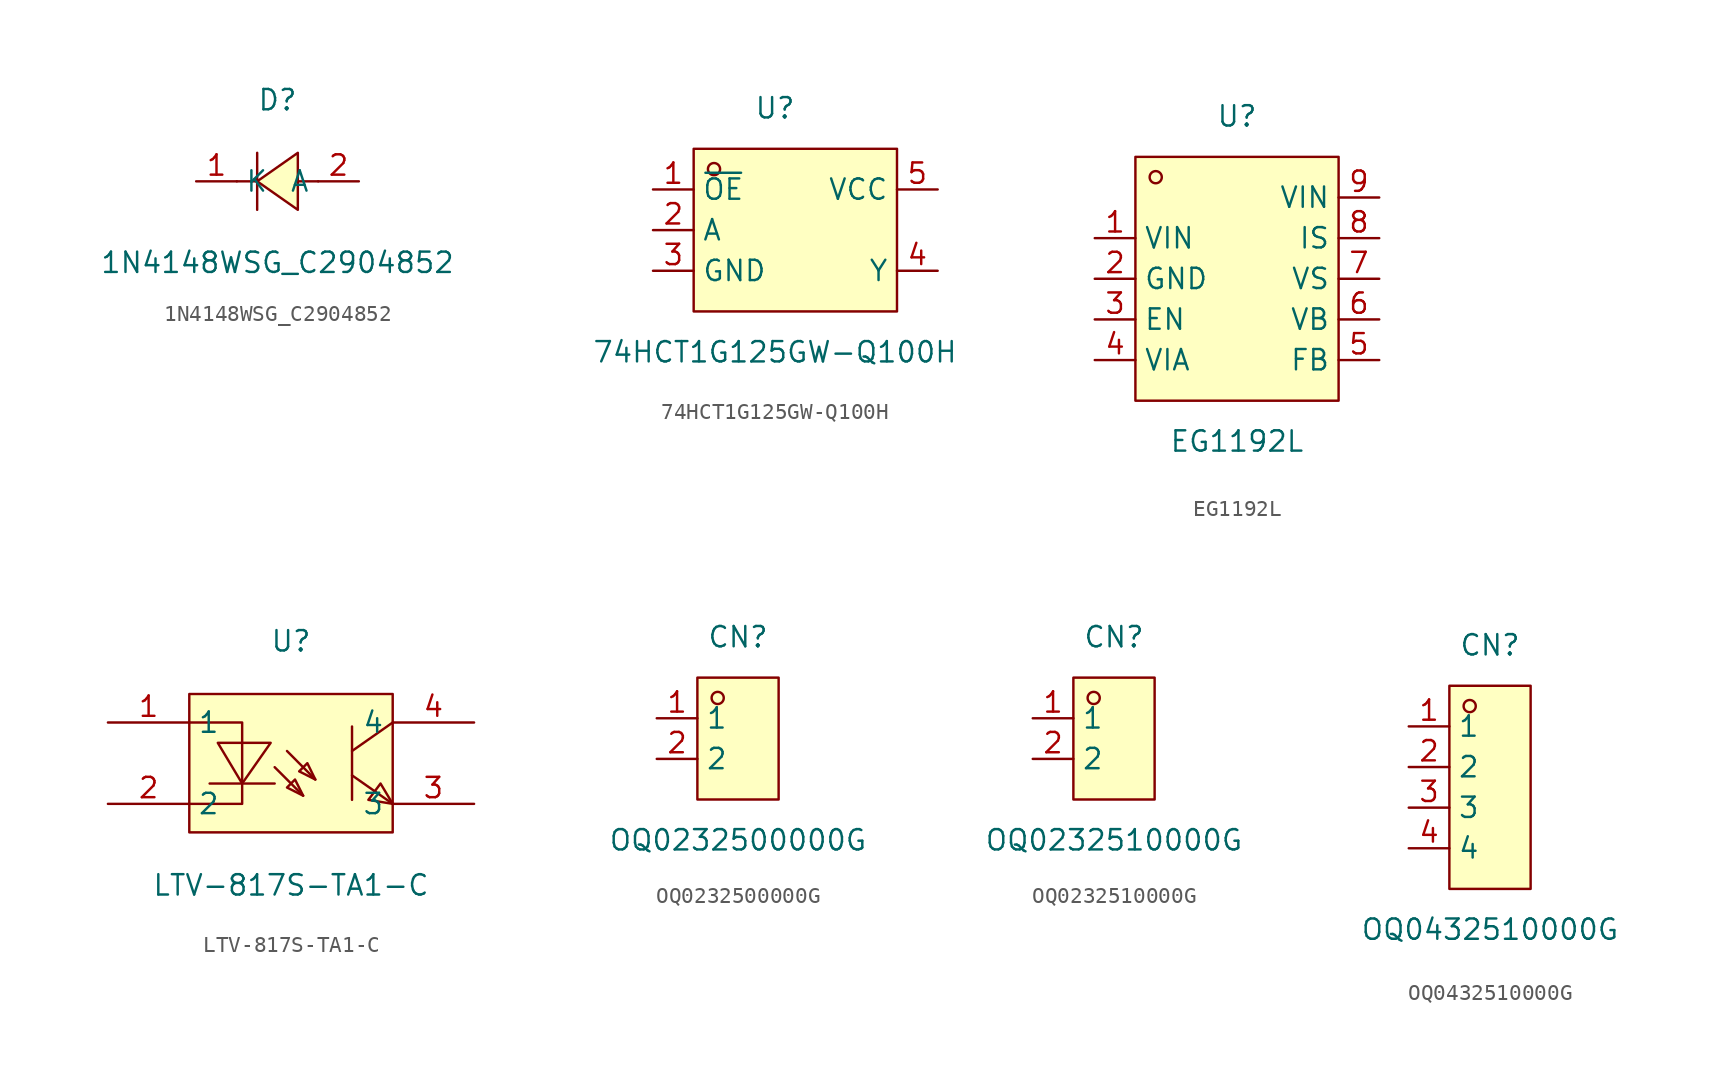
<source format=kicad_sym>
(kicad_symbol_lib
  (version 20211014)
  (generator https://github.com/uPesy/easyeda2kicad.py)
  (symbol "1N4148WSG_C2904852"
    (property "Reference" "D"
      (at 0 5.08 0)
      (effects (font (size 1.27 1.27))))
    (property "Value" "1N4148WSG_C2904852"
      (at 0 -5.08 0)
      (effects (font (size 1.27 1.27))))
    (symbol "1N4148WSG_C2904852_0_1"
      (polyline (pts (xy 1.27 1.78) (xy -1.27 -0.00) (xy 1.27 -1.78) (xy 1.27 1.78)) (stroke (width 0) (type default) (color 0 0 0 0)) (fill (type background)))
      (polyline (pts (xy -1.27 -0.00) (xy -2.54 -0.00)) (stroke (width 0) (type default) (color 0 0 0 0)) (fill (type none)))
      (polyline (pts (xy 2.54 -0.00) (xy 1.27 -0.00)) (stroke (width 0) (type default) (color 0 0 0 0)) (fill (type none)))
      (polyline (pts (xy -1.27 1.78) (xy -1.27 -1.78)) (stroke (width 0) (type default) (color 0 0 0 0)) (fill (type none)))
      (pin unspecified line (at 5.08 -0.00 180) (length 2.54) (name "A" (effects (font (size 1.27 1.27)))) (number "2" (effects (font (size 1.27 1.27)))))
      (pin unspecified line (at -5.08 -0.00 0) (length 2.54) (name "K" (effects (font (size 1.27 1.27)))) (number "1" (effects (font (size 1.27 1.27)))))))
  (symbol "74HCT1G125GW-Q100H"
    (property "Reference" "U"
      (at 0 7.62 0)
      (effects (font (size 1.27 1.27))))
    (property "Value" "74HCT1G125GW-Q100H"
      (at 0 -7.62 0)
      (effects (font (size 1.27 1.27))))
    (symbol "74HCT1G125GW-Q100H_0_1"
      (rectangle (start -5.08 5.08) (end 7.62 -5.08) (stroke (width 0) (type default) (color 0 0 0 0)) (fill (type background)))
      (circle (center -3.81 3.81) (radius 0.38) (stroke (width 0) (type default) (color 0 0 0 0)) (fill (type none)))
      (pin unspecified line (at 10.16 2.54 180) (length 2.54) (name "VCC" (effects (font (size 1.27 1.27)))) (number "5" (effects (font (size 1.27 1.27)))))
      (pin unspecified line (at 10.16 -2.54 180) (length 2.54) (name "Y" (effects (font (size 1.27 1.27)))) (number "4" (effects (font (size 1.27 1.27)))))
      (pin unspecified line (at -7.62 -2.54 0) (length 2.54) (name "GND" (effects (font (size 1.27 1.27)))) (number "3" (effects (font (size 1.27 1.27)))))
      (pin unspecified line (at -7.62 -0.00 0) (length 2.54) (name "A" (effects (font (size 1.27 1.27)))) (number "2" (effects (font (size 1.27 1.27)))))
      (pin unspecified line (at -7.62 2.54 0) (length 2.54) (name "~{OE}" (effects (font (size 1.27 1.27)))) (number "1" (effects (font (size 1.27 1.27)))))))
  (symbol "EG1192L"
    (property "Reference" "U"
      (at 0 10.16 0)
      (effects (font (size 1.27 1.27))))
    (property "Value" "EG1192L"
      (at 0 -10.16 0)
      (effects (font (size 1.27 1.27))))
    (symbol "EG1192L_0_1"
      (rectangle (start -6.35 7.62) (end 6.35 -7.62) (stroke (width 0) (type default) (color 0 0 0 0)) (fill (type background)))
      (circle (center -5.08 6.35) (radius 0.38) (stroke (width 0) (type default) (color 0 0 0 0)) (fill (type none)))
      (pin unspecified line (at -8.89 2.54 0) (length 2.54) (name "VIN" (effects (font (size 1.27 1.27)))) (number "1" (effects (font (size 1.27 1.27)))))
      (pin unspecified line (at -8.89 -0.00 0) (length 2.54) (name "GND" (effects (font (size 1.27 1.27)))) (number "2" (effects (font (size 1.27 1.27)))))
      (pin unspecified line (at -8.89 -2.54 0) (length 2.54) (name "EN" (effects (font (size 1.27 1.27)))) (number "3" (effects (font (size 1.27 1.27)))))
      (pin unspecified line (at -8.89 -5.08 0) (length 2.54) (name "VIA" (effects (font (size 1.27 1.27)))) (number "4" (effects (font (size 1.27 1.27)))))
      (pin unspecified line (at 8.89 -5.08 180) (length 2.54) (name "FB" (effects (font (size 1.27 1.27)))) (number "5" (effects (font (size 1.27 1.27)))))
      (pin unspecified line (at 8.89 -2.54 180) (length 2.54) (name "VB" (effects (font (size 1.27 1.27)))) (number "6" (effects (font (size 1.27 1.27)))))
      (pin unspecified line (at 8.89 -0.00 180) (length 2.54) (name "VS" (effects (font (size 1.27 1.27)))) (number "7" (effects (font (size 1.27 1.27)))))
      (pin unspecified line (at 8.89 2.54 180) (length 2.54) (name "IS" (effects (font (size 1.27 1.27)))) (number "8" (effects (font (size 1.27 1.27)))))
      (pin unspecified line (at 8.89 5.08 180) (length 2.54) (name "VIN" (effects (font (size 1.27 1.27)))) (number "9" (effects (font (size 1.27 1.27)))))))
  (symbol "LTV-817S-TA1-C"
    (property "Reference" "U"
      (at 0 7.62 0)
      (effects (font (size 1.27 1.27))))
    (property "Value" "LTV-817S-TA1-C"
      (at 0 -7.62 0)
      (effects (font (size 1.27 1.27))))
    (symbol "LTV-817S-TA1-C_0_1"
      (rectangle (start -6.35 4.32) (end 6.35 -4.32) (stroke (width 0) (type default) (color 0 0 0 0)) (fill (type background)))
      (polyline (pts (xy 0.76 -2.03) (xy 0.25 -1.02) (xy -0.25 -1.52) (xy 0.76 -2.03)) (stroke (width 0) (type default) (color 0 0 0 0)) (fill (type background)))
      (polyline (pts (xy 1.52 -1.02) (xy 1.02 -0.00) (xy 0.51 -0.51) (xy 1.52 -1.02)) (stroke (width 0) (type default) (color 0 0 0 0)) (fill (type background)))
      (polyline (pts (xy -4.57 1.27) (xy -3.05 -1.27) (xy -1.27 1.27) (xy -4.57 1.27)) (stroke (width 0) (type default) (color 0 0 0 0)) (fill (type background)))
      (polyline (pts (xy 6.35 2.54) (xy 3.81 0.76)) (stroke (width 0) (type default) (color 0 0 0 0)) (fill (type none)))
      (polyline (pts (xy 3.81 -0.76) (xy 6.35 -2.54)) (stroke (width 0) (type default) (color 0 0 0 0)) (fill (type none)))
      (polyline (pts (xy 3.81 2.29) (xy 3.81 -2.29)) (stroke (width 0) (type default) (color 0 0 0 0)) (fill (type none)))
      (polyline (pts (xy -1.02 -0.25) (xy 0.76 -2.03)) (stroke (width 0) (type default) (color 0 0 0 0)) (fill (type none)))
      (polyline (pts (xy -0.25 0.76) (xy 1.52 -1.02)) (stroke (width 0) (type default) (color 0 0 0 0)) (fill (type none)))
      (polyline (pts (xy -1.02 -1.27) (xy -5.08 -1.27)) (stroke (width 0) (type default) (color 0 0 0 0)) (fill (type none)))
      (polyline (pts (xy -6.35 2.54) (xy -3.05 2.54) (xy -3.05 -2.54) (xy -6.35 -2.54)) (stroke (width 0) (type default) (color 0 0 0 0)) (fill (type none)))
      (polyline (pts (xy 6.35 -2.54) (xy 5.59 -1.27) (xy 4.83 -2.29) (xy 6.35 -2.54)) (stroke (width 0) (type default) (color 0 0 0 0)) (fill (type background)))
      (pin unspecified line (at -11.43 2.54 0) (length 5.08) (name "1" (effects (font (size 1.27 1.27)))) (number "1" (effects (font (size 1.27 1.27)))))
      (pin unspecified line (at -11.43 -2.54 0) (length 5.08) (name "2" (effects (font (size 1.27 1.27)))) (number "2" (effects (font (size 1.27 1.27)))))
      (pin unspecified line (at 11.43 -2.54 180) (length 5.08) (name "3" (effects (font (size 1.27 1.27)))) (number "3" (effects (font (size 1.27 1.27)))))
      (pin unspecified line (at 11.43 2.54 180) (length 5.08) (name "4" (effects (font (size 1.27 1.27)))) (number "4" (effects (font (size 1.27 1.27)))))))
  (symbol "OQ0232500000G"
    (property "Reference" "CN"
      (at 0 6.35 0)
      (effects (font (size 1.27 1.27))))
    (property "Value" "OQ0232500000G"
      (at 0 -6.35 0)
      (effects (font (size 1.27 1.27))))
    (symbol "OQ0232500000G_0_1"
      (rectangle (start -2.54 3.81) (end 2.54 -3.81) (stroke (width 0) (type default) (color 0 0 0 0)) (fill (type background)))
      (circle (center -1.27 2.54) (radius 0.38) (stroke (width 0) (type default) (color 0 0 0 0)) (fill (type none)))
      (pin unspecified line (at -5.08 1.27 0) (length 2.54) (name "1" (effects (font (size 1.27 1.27)))) (number "1" (effects (font (size 1.27 1.27)))))
      (pin unspecified line (at -5.08 -1.27 0) (length 2.54) (name "2" (effects (font (size 1.27 1.27)))) (number "2" (effects (font (size 1.27 1.27)))))))
  (symbol "OQ0232510000G"
    (property "Reference" "CN"
      (at 0 6.35 0)
      (effects (font (size 1.27 1.27))))
    (property "Value" "OQ0232510000G"
      (at 0 -6.35 0)
      (effects (font (size 1.27 1.27))))
    (symbol "OQ0232510000G_0_1"
      (rectangle (start -2.54 3.81) (end 2.54 -3.81) (stroke (width 0) (type default) (color 0 0 0 0)) (fill (type background)))
      (circle (center -1.27 2.54) (radius 0.38) (stroke (width 0) (type default) (color 0 0 0 0)) (fill (type none)))
      (pin unspecified line (at -5.08 1.27 0) (length 2.54) (name "1" (effects (font (size 1.27 1.27)))) (number "1" (effects (font (size 1.27 1.27)))))
      (pin unspecified line (at -5.08 -1.27 0) (length 2.54) (name "2" (effects (font (size 1.27 1.27)))) (number "2" (effects (font (size 1.27 1.27)))))))
  (symbol "OQ0432510000G"
    (property "Reference" "CN"
      (at 0 8.89 0)
      (effects (font (size 1.27 1.27))))
    (property "Value" "OQ0432510000G"
      (at 0 -8.89 0)
      (effects (font (size 1.27 1.27))))
    (symbol "OQ0432510000G_0_1"
      (rectangle (start -2.54 6.35) (end 2.54 -6.35) (stroke (width 0) (type default) (color 0 0 0 0)) (fill (type background)))
      (circle (center -1.27 5.08) (radius 0.38) (stroke (width 0) (type default) (color 0 0 0 0)) (fill (type none)))
      (pin unspecified line (at -5.08 3.81 0) (length 2.54) (name "1" (effects (font (size 1.27 1.27)))) (number "1" (effects (font (size 1.27 1.27)))))
      (pin unspecified line (at -5.08 1.27 0) (length 2.54) (name "2" (effects (font (size 1.27 1.27)))) (number "2" (effects (font (size 1.27 1.27)))))
      (pin unspecified line (at -5.08 -1.27 0) (length 2.54) (name "3" (effects (font (size 1.27 1.27)))) (number "3" (effects (font (size 1.27 1.27)))))
      (pin unspecified line (at -5.08 -3.81 0) (length 2.54) (name "4" (effects (font (size 1.27 1.27)))) (number "4" (effects (font (size 1.27 1.27))))))))
</source>
